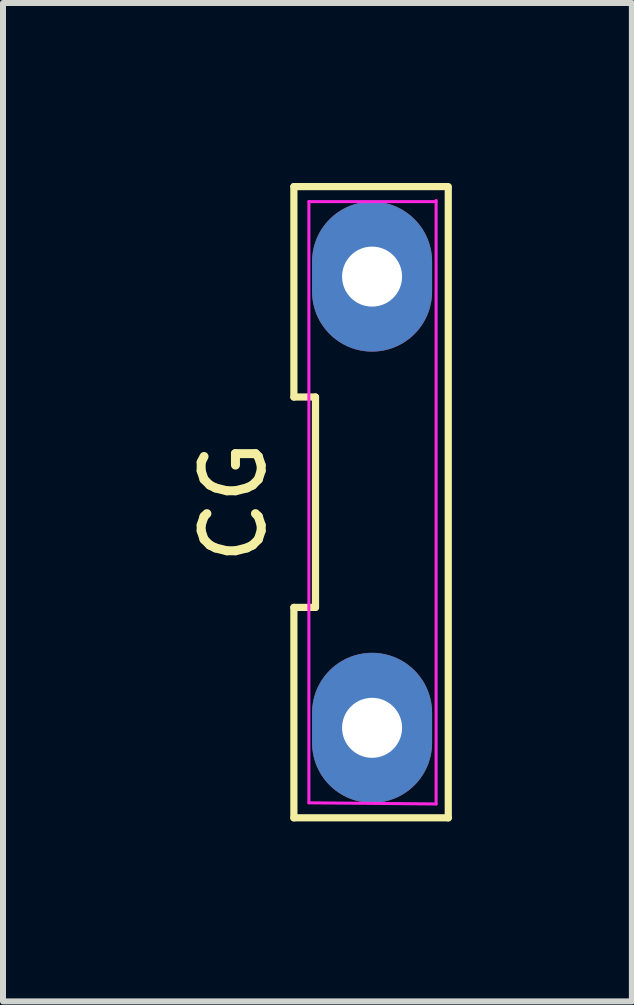
<source format=kicad_pcb>
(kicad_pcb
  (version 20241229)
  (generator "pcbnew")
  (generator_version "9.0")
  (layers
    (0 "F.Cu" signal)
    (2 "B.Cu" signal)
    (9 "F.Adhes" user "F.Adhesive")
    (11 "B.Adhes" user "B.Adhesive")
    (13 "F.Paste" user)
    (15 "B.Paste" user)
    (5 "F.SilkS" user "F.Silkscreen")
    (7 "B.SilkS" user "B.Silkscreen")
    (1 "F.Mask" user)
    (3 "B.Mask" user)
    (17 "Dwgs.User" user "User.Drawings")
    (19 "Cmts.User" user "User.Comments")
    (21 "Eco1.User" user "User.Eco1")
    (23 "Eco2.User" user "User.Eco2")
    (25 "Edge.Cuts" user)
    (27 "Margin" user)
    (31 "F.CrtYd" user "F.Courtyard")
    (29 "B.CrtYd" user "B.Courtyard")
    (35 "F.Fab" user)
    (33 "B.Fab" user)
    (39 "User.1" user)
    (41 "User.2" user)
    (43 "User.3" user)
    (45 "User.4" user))
  (footprint "CG"
    (layer "F.Cu")
    (at 2.948 5.32)
    (property "Reference" "CG" (at -2.1 0 90) (layer "F.SilkS") (effects (font (size 1 1) (thickness 0.15))))
    (attr through_hole)
    (fp_line (start -1.1 -1.753) (end -0.74 -1.753) (stroke (width 0.12) (type solid)) (layer "F.SilkS"))
    (fp_line (start -1.1 1.753) (end -1.1 5.26) (stroke (width 0.12) (type solid)) (layer "F.SilkS"))
    (fp_line (start -1.1 5.26) (end 1.473 5.26) (stroke (width 0.12) (type solid)) (layer "F.SilkS"))
    (fp_line (start -1.1 -5.26) (end -1.1 -1.753) (stroke (width 0.12) (type solid)) (layer "F.SilkS"))
    (fp_line (start -0.74 1.753) (end -1.1 1.753) (stroke (width 0.12) (type solid)) (layer "F.SilkS"))
    (fp_line (start -0.74 -1.753) (end -0.74 1.753) (stroke (width 0.12) (type solid)) (layer "F.SilkS"))
    (fp_line (start 1.473 -5.26) (end -1.1 -5.26) (stroke (width 0.12) (type solid)) (layer "F.SilkS"))
    (fp_line (start 1.473 5.26) (end 1.473 -5.232) (stroke (width 0.12) (type solid)) (layer "F.SilkS"))
    (fp_line (start -0.85 -5.01) (end 1.27 -5.01) (stroke (width 0.05) (type solid)) (layer "F.CrtYd"))
    (fp_line (start -0.85 5.01) (end -0.85 -5.01) (stroke (width 0.05) (type solid)) (layer "F.CrtYd"))
    (fp_line (start 1.27 -5.029) (end 1.27 5.029) (stroke (width 0.05) (type solid)) (layer "F.CrtYd"))
    (fp_line (start 1.27 5.029) (end -0.85 5.01) (stroke (width 0.05) (type solid)) (layer "F.CrtYd"))
    (pad "1" thru_hole oval (at 0.203 3.76) (size 2 2.5) (drill 1) (layers "*.Cu" "*.Mask"))
    (pad "2" thru_hole oval (at 0.203 -3.76) (size 2 2.5) (drill 1) (layers "*.Cu" "*.Mask")))
  (gr_rect
    (start -3 -3)
    (end 7.481 13.64)
    (stroke (width 0.1) (type default))
    (fill no)
    (layer "Edge.Cuts")))
</source>
